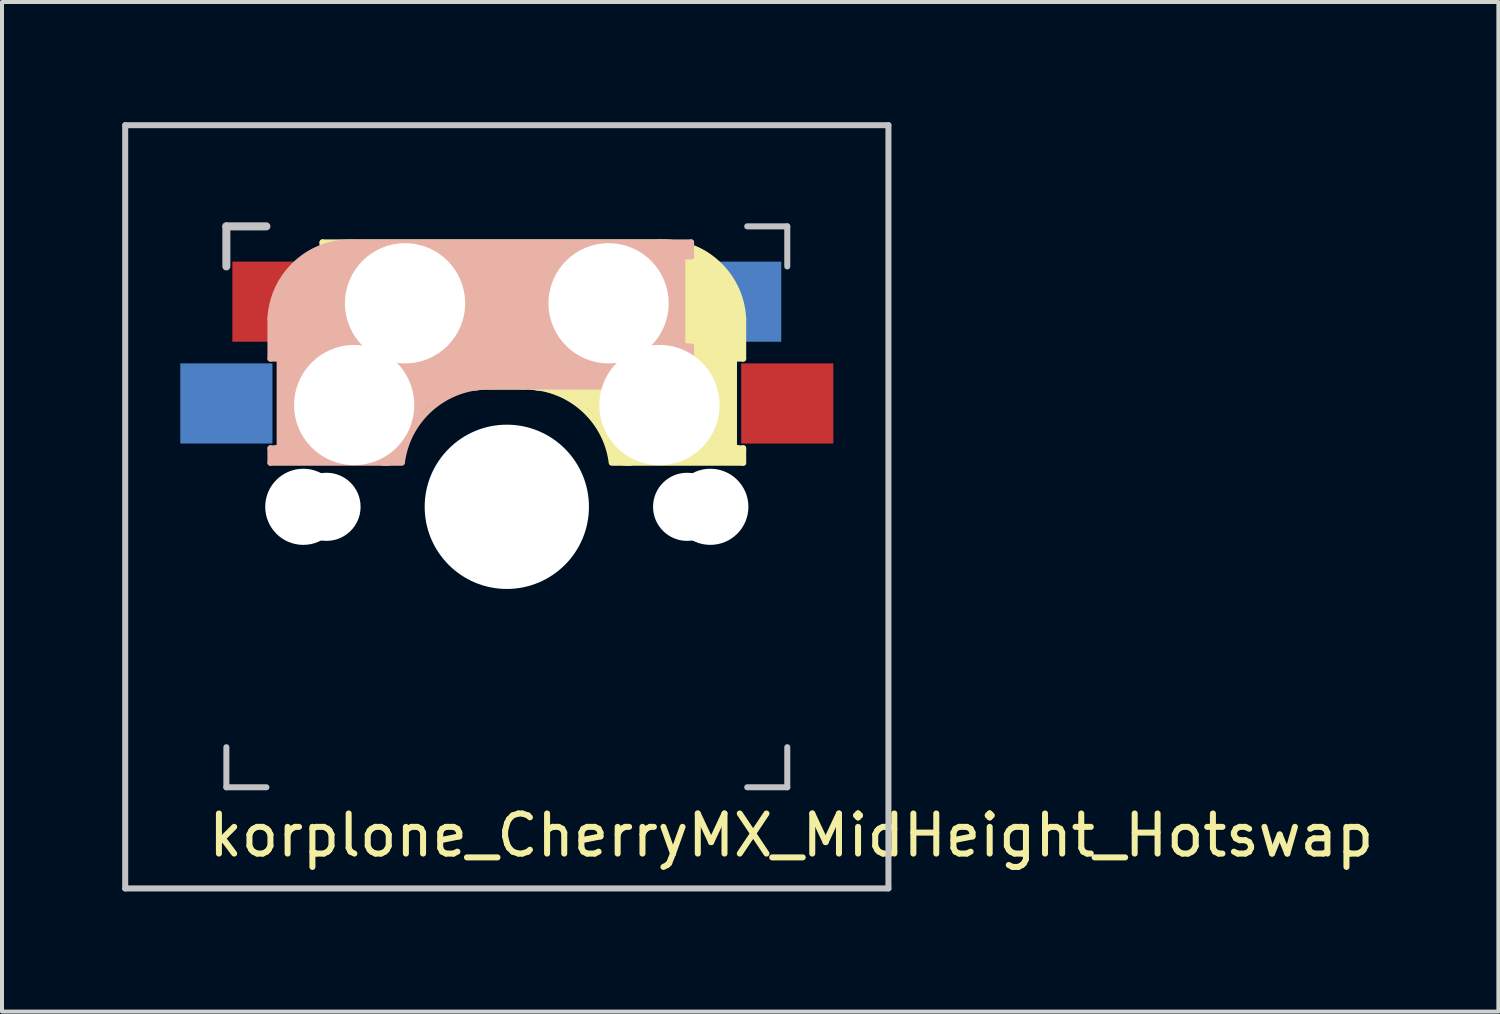
<source format=kicad_pcb>
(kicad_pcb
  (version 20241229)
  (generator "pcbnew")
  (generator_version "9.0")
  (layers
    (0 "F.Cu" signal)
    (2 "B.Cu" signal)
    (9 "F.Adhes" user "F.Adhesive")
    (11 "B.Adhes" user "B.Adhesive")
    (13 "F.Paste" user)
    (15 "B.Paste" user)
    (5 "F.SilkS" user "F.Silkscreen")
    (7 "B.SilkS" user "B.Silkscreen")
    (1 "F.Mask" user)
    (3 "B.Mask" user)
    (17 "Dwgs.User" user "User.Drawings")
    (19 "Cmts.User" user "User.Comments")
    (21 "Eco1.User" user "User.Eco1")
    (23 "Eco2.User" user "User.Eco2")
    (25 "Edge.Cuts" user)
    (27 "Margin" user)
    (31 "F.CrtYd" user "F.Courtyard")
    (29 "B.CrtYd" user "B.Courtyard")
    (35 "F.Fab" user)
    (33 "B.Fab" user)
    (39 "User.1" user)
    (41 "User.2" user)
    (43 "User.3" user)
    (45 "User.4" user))
  (footprint "korplone_CherryMX_MidHeight_Hotswap"
    (layer "F.Cu")
    (at 9.6 9.6)
    (property "Reference" "korplone_CherryMX_MidHeight_Hotswap" (at 7.1 8.2 0) (layer "F.SilkS") (effects (font (size 1 1) (thickness 0.15))))
    (attr through_hole)
    (fp_line (start -4.6 -6.6) (end 3.8 -6.6) (stroke (width 0.15) (type solid)) (layer "F.SilkS"))
    (fp_line (start -4.6 -6.25) (end -4.6 -6.6) (stroke (width 0.15) (type solid)) (layer "F.SilkS"))
    (fp_line (start -4.6 -4) (end -4.4 -4) (stroke (width 0.15) (type solid)) (layer "F.SilkS"))
    (fp_line (start -4.6 -3) (end -4.6 -4) (stroke (width 0.15) (type solid)) (layer "F.SilkS"))
    (fp_line (start -4.4 -6.4) (end -3 -6.4) (stroke (width 0.4) (type solid)) (layer "F.SilkS"))
    (fp_line (start -4.4 -6.25) (end -4.6 -6.25) (stroke (width 0.15) (type solid)) (layer "F.SilkS"))
    (fp_line (start -4.4 -3.9) (end -4.4 -3.2) (stroke (width 0.4) (type solid)) (layer "F.SilkS"))
    (fp_line (start -4.38 -4) (end -4.38 -6.25) (stroke (width 0.15) (type solid)) (layer "F.SilkS"))
    (fp_line (start -4.3 -3.3) (end -2.9 -3.3) (stroke (width 0.5) (type solid)) (layer "F.SilkS"))
    (fp_line (start -3.9 -6) (end -3.9 -3.5) (stroke (width 1) (type solid)) (layer "F.SilkS"))
    (fp_line (start -2.6 -4.8) (end 4.1 -4.8) (stroke (width 3.5) (type solid)) (layer "F.SilkS"))
    (fp_line (start 0.4 -3) (end -4.6 -3) (stroke (width 0.15) (type solid)) (layer "F.SilkS"))
    (fp_line (start 4.17 -5.1) (end 4.17 -2.86) (stroke (width 3) (type solid)) (layer "F.SilkS"))
    (fp_line (start 5.3 -1.6) (end 5.3 -3.4) (stroke (width 0.8) (type solid)) (layer "F.SilkS"))
    (fp_line (start 5.67 -3.7) (end 5.67 -1.46) (stroke (width 0.15) (type solid)) (layer "F.SilkS"))
    (fp_line (start 5.7 -1.46) (end 5.9 -1.46) (stroke (width 0.15) (type solid)) (layer "F.SilkS"))
    (fp_line (start 5.7 -1.3) (end 3 -1.3) (stroke (width 0.5) (type solid)) (layer "F.SilkS"))
    (fp_line (start 5.8 -3.8) (end 5.8 -4.7) (stroke (width 0.3) (type solid)) (layer "F.SilkS"))
    (fp_line (start 5.9 -4.7) (end 5.9 -3.7) (stroke (width 0.15) (type solid)) (layer "F.SilkS"))
    (fp_line (start 5.9 -3.7) (end 5.7 -3.7) (stroke (width 0.15) (type solid)) (layer "F.SilkS"))
    (fp_line (start 5.9 -1.1) (end 2.62 -1.1) (stroke (width 0.15) (type solid)) (layer "F.SilkS"))
    (fp_line (start 5.9 -1.1) (end 5.9 -1.46) (stroke (width 0.15) (type solid)) (layer "F.SilkS"))
    (fp_arc (start 0.4 -3) (mid 1.868709 -2.486118) (end 2.616318 -1.121471) (stroke (width 0.15) (type solid)) (layer "F.SilkS"))
    (fp_arc (start 0.8 -3.4) (mid 2.268709 -2.886118) (end 3.016318 -1.521471) (stroke (width 1) (type solid)) (layer "F.SilkS"))
    (fp_arc (start 3.8 -6.600001) (mid 5.243504 -6.084925) (end 5.900001 -4.7) (stroke (width 0.15) (type solid)) (layer "F.SilkS"))
    (fp_line (start -5.9 -4.7) (end -5.9 -3.7) (stroke (width 0.15) (type solid)) (layer "B.SilkS"))
    (fp_line (start -5.9 -3.7) (end -5.7 -3.7) (stroke (width 0.15) (type solid)) (layer "B.SilkS"))
    (fp_line (start -5.9 -1.1) (end -5.9 -1.46) (stroke (width 0.15) (type solid)) (layer "B.SilkS"))
    (fp_line (start -5.9 -1.1) (end -2.62 -1.1) (stroke (width 0.15) (type solid)) (layer "B.SilkS"))
    (fp_line (start -5.8 -3.8) (end -5.8 -4.7) (stroke (width 0.3) (type solid)) (layer "B.SilkS"))
    (fp_line (start -5.7 -1.46) (end -5.9 -1.46) (stroke (width 0.15) (type solid)) (layer "B.SilkS"))
    (fp_line (start -5.7 -1.3) (end -3 -1.3) (stroke (width 0.5) (type solid)) (layer "B.SilkS"))
    (fp_line (start -5.67 -3.7) (end -5.67 -1.46) (stroke (width 0.15) (type solid)) (layer "B.SilkS"))
    (fp_line (start -5.3 -1.6) (end -5.3 -3.4) (stroke (width 0.8) (type solid)) (layer "B.SilkS"))
    (fp_line (start -4.17 -5.1) (end -4.17 -2.86) (stroke (width 3) (type solid)) (layer "B.SilkS"))
    (fp_line (start -0.4 -3) (end 4.6 -3) (stroke (width 0.15) (type solid)) (layer "B.SilkS"))
    (fp_line (start 2.6 -4.8) (end -4.1 -4.8) (stroke (width 3.5) (type solid)) (layer "B.SilkS"))
    (fp_line (start 3.9 -6) (end 3.9 -3.5) (stroke (width 1) (type solid)) (layer "B.SilkS"))
    (fp_line (start 4.3 -3.3) (end 2.9 -3.3) (stroke (width 0.5) (type solid)) (layer "B.SilkS"))
    (fp_line (start 4.38 -4) (end 4.38 -6.25) (stroke (width 0.15) (type solid)) (layer "B.SilkS"))
    (fp_line (start 4.4 -6.4) (end 3 -6.4) (stroke (width 0.4) (type solid)) (layer "B.SilkS"))
    (fp_line (start 4.4 -6.25) (end 4.6 -6.25) (stroke (width 0.15) (type solid)) (layer "B.SilkS"))
    (fp_line (start 4.4 -3.9) (end 4.4 -3.2) (stroke (width 0.4) (type solid)) (layer "B.SilkS"))
    (fp_line (start 4.6 -6.6) (end -3.8 -6.6) (stroke (width 0.15) (type solid)) (layer "B.SilkS"))
    (fp_line (start 4.6 -6.25) (end 4.6 -6.6) (stroke (width 0.15) (type solid)) (layer "B.SilkS"))
    (fp_line (start 4.6 -4) (end 4.4 -4) (stroke (width 0.15) (type solid)) (layer "B.SilkS"))
    (fp_line (start 4.6 -3) (end 4.6 -4) (stroke (width 0.15) (type solid)) (layer "B.SilkS"))
    (fp_arc (start -5.9 -4.699999) (mid -5.243504 -6.084924) (end -3.800001 -6.6) (stroke (width 0.15) (type solid)) (layer "B.SilkS"))
    (fp_arc (start -3.016318 -1.521471) (mid -2.268709 -2.886118) (end -0.8 -3.4) (stroke (width 1) (type solid)) (layer "B.SilkS"))
    (fp_arc (start -2.616318 -1.121471) (mid -1.868709 -2.486118) (end -0.4 -3) (stroke (width 0.15) (type solid)) (layer "B.SilkS"))
    (fp_line (start -9.525 -9.525) (end 9.525 -9.525) (stroke (width 0.15) (type solid)) (layer "Dwgs.User"))
    (fp_line (start -9.525 9.525) (end -9.525 -9.525) (stroke (width 0.15) (type solid)) (layer "Dwgs.User"))
    (fp_line (start -7 -7) (end -6 -7) (stroke (width 0.2) (type solid)) (layer "Dwgs.User"))
    (fp_line (start -7 -6) (end -7 -7) (stroke (width 0.2) (type solid)) (layer "Dwgs.User"))
    (fp_line (start -7 6) (end -7 7) (stroke (width 0.15) (type solid)) (layer "Dwgs.User"))
    (fp_line (start -7 7) (end -6 7) (stroke (width 0.15) (type solid)) (layer "Dwgs.User"))
    (fp_line (start 6 7) (end 7 7) (stroke (width 0.15) (type solid)) (layer "Dwgs.User"))
    (fp_line (start 7 -7) (end 6 -7) (stroke (width 0.15) (type solid)) (layer "Dwgs.User"))
    (fp_line (start 7 -7) (end 7 -6) (stroke (width 0.15) (type solid)) (layer "Dwgs.User"))
    (fp_line (start 7 7) (end 7 6) (stroke (width 0.15) (type solid)) (layer "Dwgs.User"))
    (fp_line (start 9.525 -9.525) (end 9.525 9.525) (stroke (width 0.15) (type solid)) (layer "Dwgs.User"))
    (fp_line (start 9.525 9.525) (end -9.525 9.525) (stroke (width 0.15) (type solid)) (layer "Dwgs.User"))
    (pad "" np_thru_hole circle (at -5.08 0) (size 1.9 1.9) (drill 1.9) (layers "*.Cu" "*.Mask"))
    (pad "" np_thru_hole circle (at -4.5 0) (size 1.7 1.7) (drill 1.7) (layers "*.Cu" "*.Mask"))
    (pad "" np_thru_hole circle (at -3.81 -2.54 180) (size 3 3) (drill 3) (layers "*.Cu" "*.Mask"))
    (pad "" np_thru_hole circle (at -2.54 -5.08 180) (size 3 3) (drill 3) (layers "*.Cu" "*.Mask"))
    (pad "" np_thru_hole circle (at 0 0 90) (size 4.1 4.1) (drill 4.1) (layers "*.Cu" "*.Mask"))
    (pad "" np_thru_hole circle (at 2.54 -5.08 180) (size 3 3) (drill 3) (layers "*.Cu" "*.Mask"))
    (pad "" np_thru_hole circle (at 3.81 -2.54 180) (size 3 3) (drill 3) (layers "*.Cu" "*.Mask"))
    (pad "" np_thru_hole circle (at 4.5 0) (size 1.7 1.7) (drill 1.7) (layers "*.Cu" "*.Mask"))
    (pad "" np_thru_hole circle (at 5.08 0) (size 1.9 1.9) (drill 1.9) (layers "*.Cu" "*.Mask"))
    (pad "1" smd rect (at -7 -2.58 180) (size 2.3 2) (layers "B.Cu" "B.Mask" "B.Paste"))
    (pad "1" smd rect (at 7 -2.58 180) (size 2.3 2) (layers "F.Cu" "F.Mask" "F.Paste"))
    (pad "2" smd rect (at -5.7 -5.12 180) (size 2.3 2) (layers "F.Cu" "F.Mask" "F.Paste"))
    (pad "2" smd rect (at 5.7 -5.12 180) (size 2.3 2) (layers "B.Cu" "B.Mask" "B.Paste")))
  (gr_rect
    (start -3 -3)
    (end 34.349 22.2)
    (stroke (width 0.1) (type default))
    (fill no)
    (layer "Edge.Cuts")))
</source>
